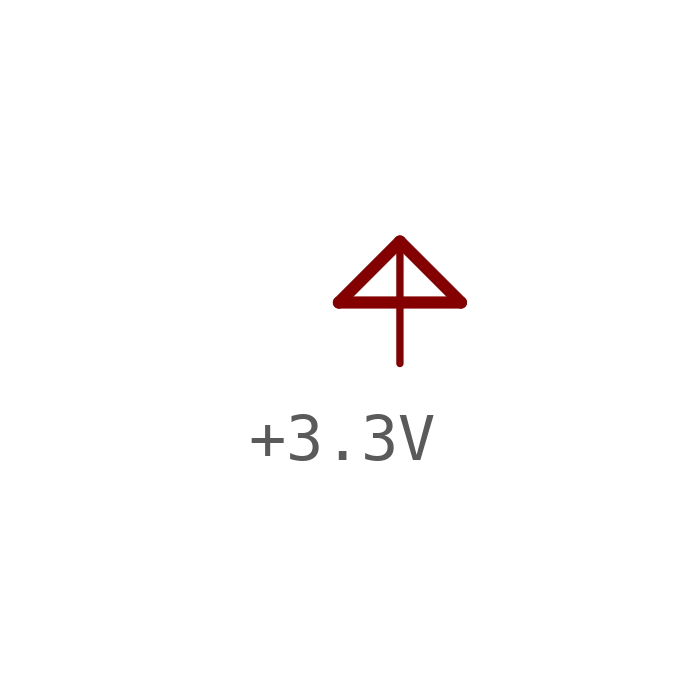
<source format=kicad_sym>
(kicad_symbol_lib
  (version 20231120)
  (generator "kicad_symbol_editor")
  (generator_version "8.0")
  (symbol "+3.3V"
    (power)
    (property "Reference" "#+3.3V"
      (at 0 0 0)
      (effects (font (size 1.27 1.27)) (hide yes)))
    (property "Value" ""
      (at -3.81 0 0)
      (effects (font (size 1.778 1.778)) (justify left bottom)))
    (property "ki_locked" ""
      (at 0 0 0)
      (effects (font (size 1.27 1.27))))
    (symbol "+3.3V_1_0"
      (polyline (pts (xy -1.27 -1.27) (xy 0 0)) (stroke (width 0.254) (type solid)) (fill (type none)))
      (polyline (pts (xy 0 0) (xy 1.27 -1.27)) (stroke (width 0.254) (type solid)) (fill (type none)))
      (polyline (pts (xy 1.27 -1.27) (xy -1.27 -1.27)) (stroke (width 0.254) (type solid)) (fill (type none)))
      (pin power_in line (at 0 -2.54 90) (length 2.54) (name "+3.3V" (effects (font (size 0 0)))) (number "1" (effects (font (size 0 0))))))))
</source>
